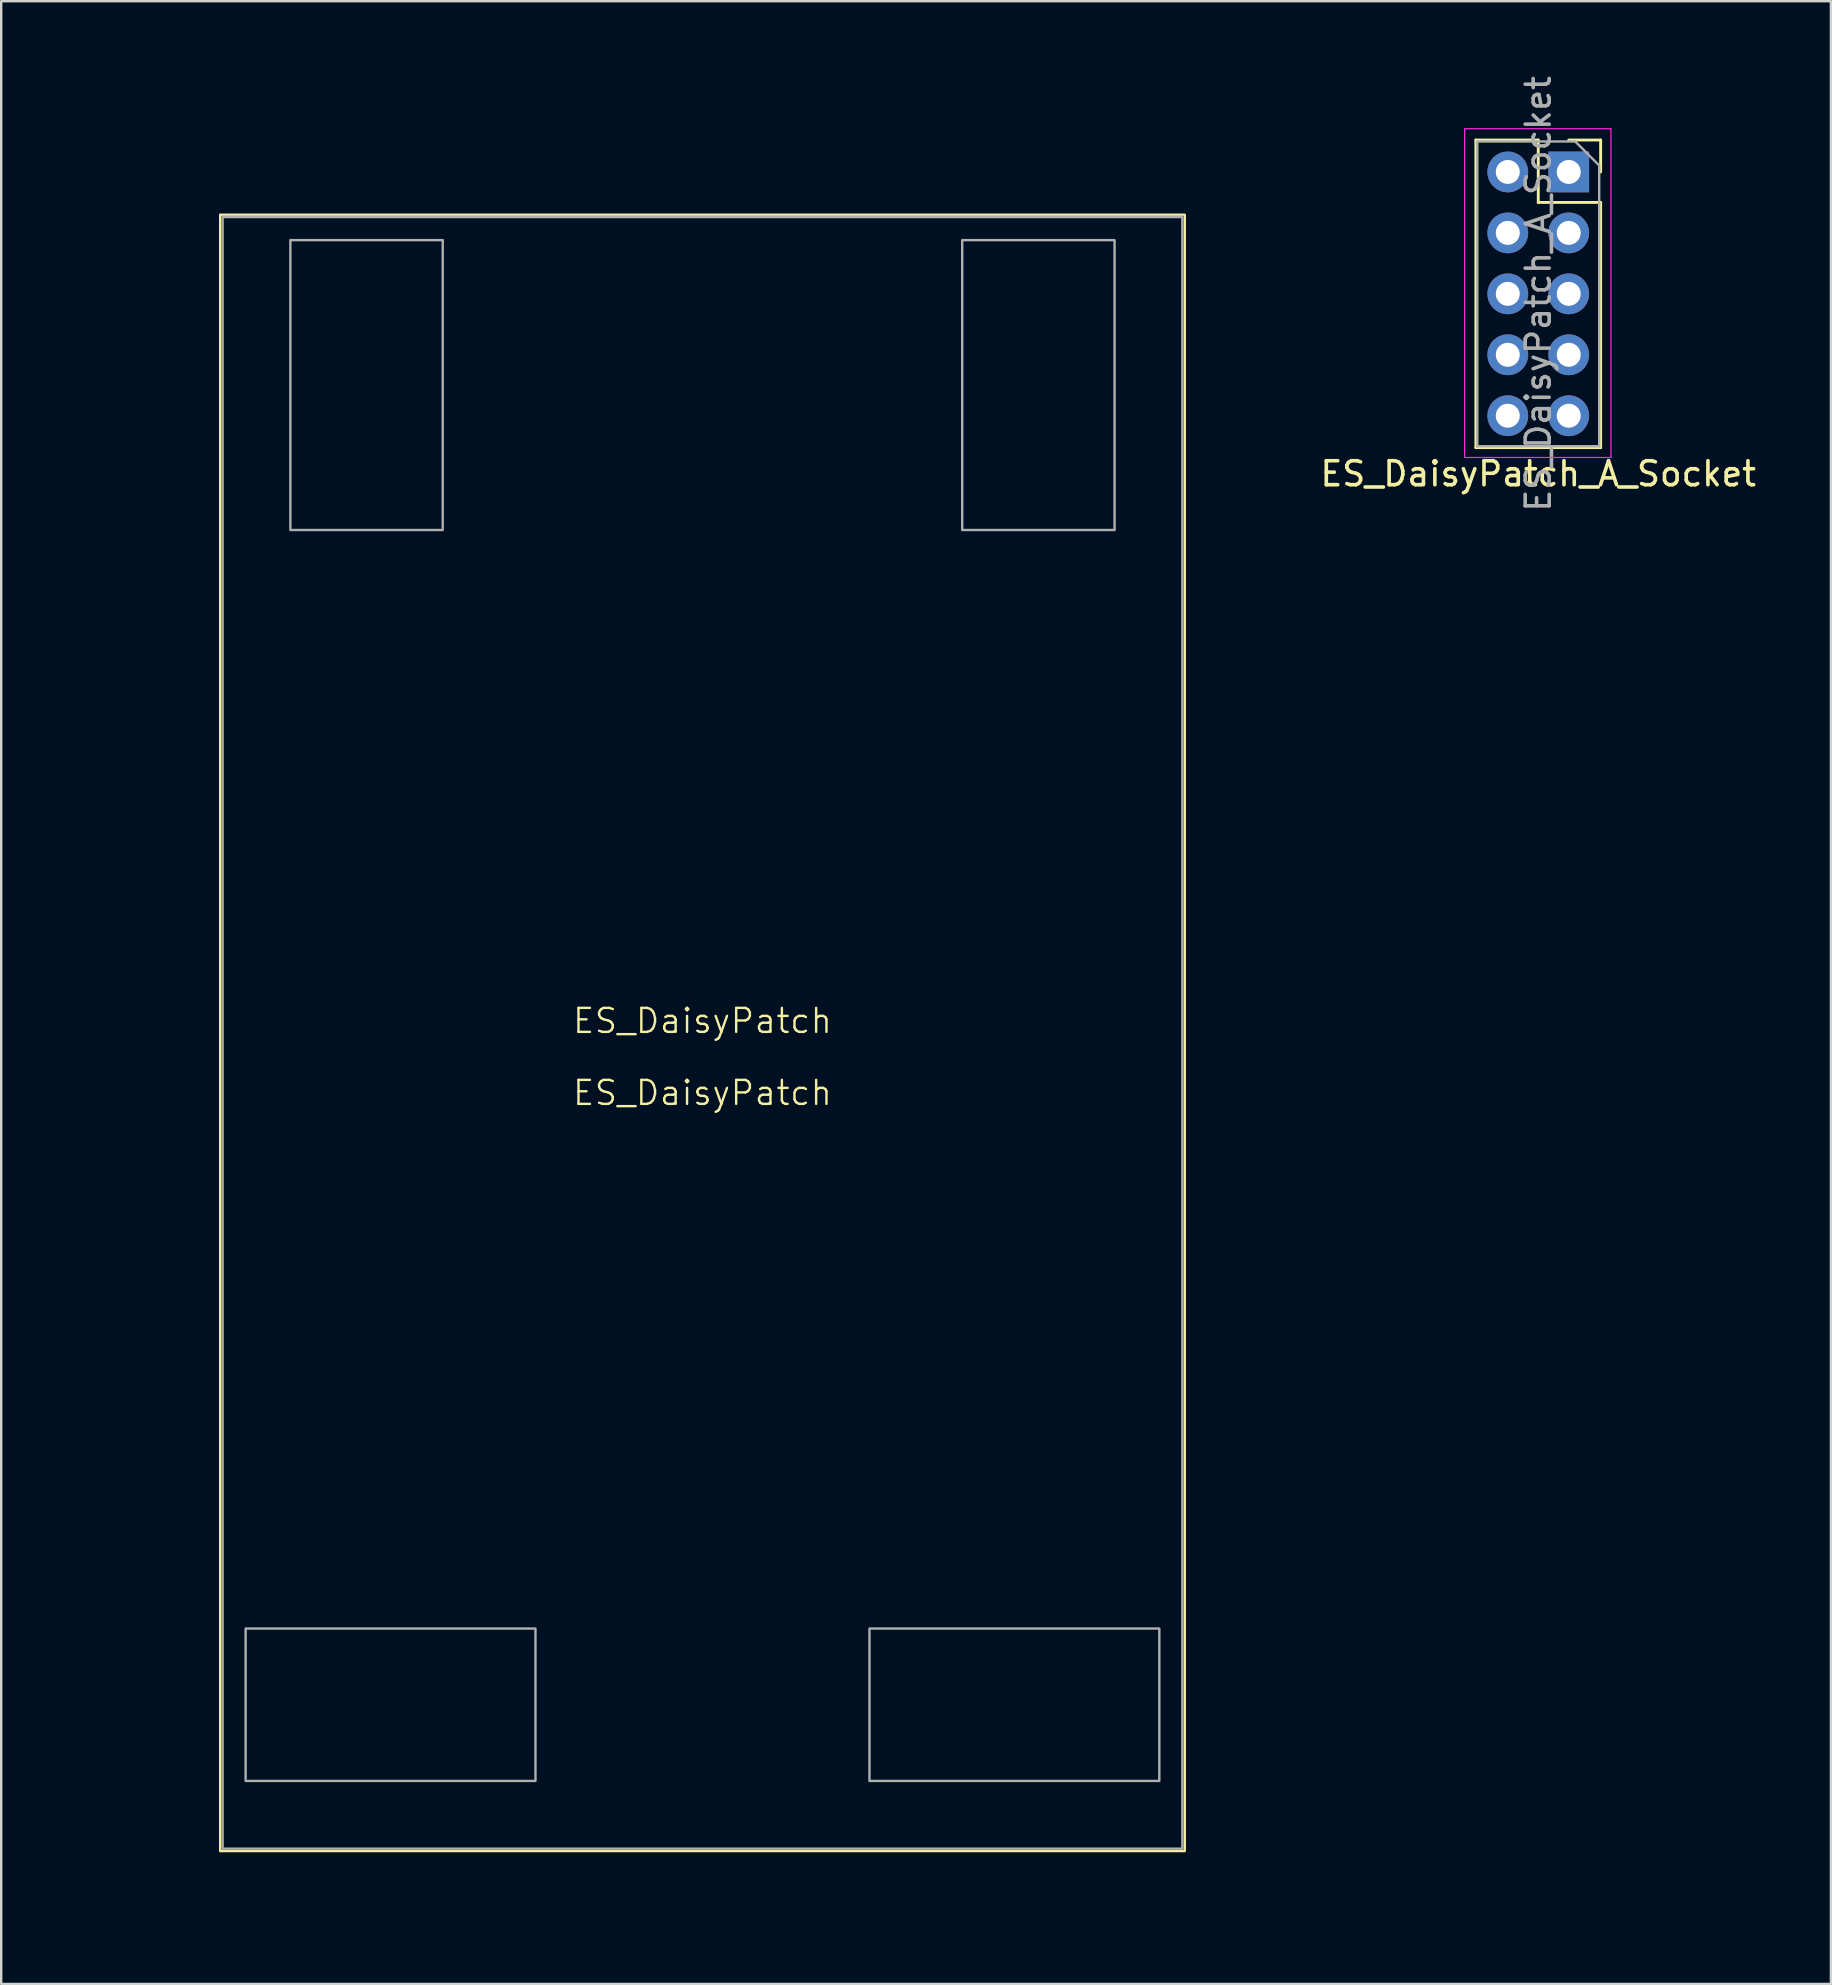
<source format=kicad_pcb>
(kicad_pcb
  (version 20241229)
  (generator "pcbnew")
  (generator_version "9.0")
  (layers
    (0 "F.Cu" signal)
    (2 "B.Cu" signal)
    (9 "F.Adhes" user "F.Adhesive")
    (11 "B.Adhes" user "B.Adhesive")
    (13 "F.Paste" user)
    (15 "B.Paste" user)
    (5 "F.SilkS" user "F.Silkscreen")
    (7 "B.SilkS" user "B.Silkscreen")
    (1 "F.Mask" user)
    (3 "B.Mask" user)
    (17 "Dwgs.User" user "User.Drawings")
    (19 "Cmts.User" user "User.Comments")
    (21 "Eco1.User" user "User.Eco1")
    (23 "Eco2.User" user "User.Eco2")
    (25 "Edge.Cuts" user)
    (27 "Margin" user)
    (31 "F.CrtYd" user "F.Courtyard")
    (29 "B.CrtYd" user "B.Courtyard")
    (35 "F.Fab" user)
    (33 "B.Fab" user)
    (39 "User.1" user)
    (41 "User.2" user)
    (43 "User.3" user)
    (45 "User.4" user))
  (footprint "ES_DaisyPatch_A_Socket"
    (layer "F.Cu")
    (at 61.11 9.146)
    (property "Reference" "ES_DaisyPatch_A_Socket" (at -0.05 7.55 0) (layer "F.SilkS") (effects (font (size 1 1) (thickness 0.15))))
    (attr through_hole)
    (fp_line (start -2.65 -6.36) (end -2.65 6.46) (stroke (width 0.12) (type solid)) (layer "F.SilkS"))
    (fp_line (start -2.65 -6.36) (end -0.05 -6.36) (stroke (width 0.12) (type solid)) (layer "F.SilkS"))
    (fp_line (start -2.65 6.46) (end 2.55 6.46) (stroke (width 0.12) (type solid)) (layer "F.SilkS"))
    (fp_line (start -0.05 -6.36) (end -0.05 -3.76) (stroke (width 0.12) (type solid)) (layer "F.SilkS"))
    (fp_line (start -0.05 -3.76) (end 2.55 -3.76) (stroke (width 0.12) (type solid)) (layer "F.SilkS"))
    (fp_line (start 1.22 -6.36) (end 2.55 -6.36) (stroke (width 0.12) (type solid)) (layer "F.SilkS"))
    (fp_line (start 2.55 -6.36) (end 2.55 -5.03) (stroke (width 0.12) (type solid)) (layer "F.SilkS"))
    (fp_line (start 2.55 -3.76) (end 2.55 6.46) (stroke (width 0.12) (type solid)) (layer "F.SilkS"))
    (fp_line (start -3.12 -6.83) (end 2.98 -6.83) (stroke (width 0.05) (type solid)) (layer "F.CrtYd"))
    (fp_line (start -3.12 6.87) (end -3.12 -6.83) (stroke (width 0.05) (type solid)) (layer "F.CrtYd"))
    (fp_line (start 2.98 -6.83) (end 2.98 6.87) (stroke (width 0.05) (type solid)) (layer "F.CrtYd"))
    (fp_line (start 2.98 6.87) (end -3.12 6.87) (stroke (width 0.05) (type solid)) (layer "F.CrtYd"))
    (fp_line (start -2.59 -6.3) (end 1.49 -6.3) (stroke (width 0.1) (type solid)) (layer "F.Fab"))
    (fp_line (start -2.59 6.4) (end -2.59 -6.3) (stroke (width 0.1) (type solid)) (layer "F.Fab"))
    (fp_line (start 1.49 -6.3) (end 2.49 -5.3) (stroke (width 0.1) (type solid)) (layer "F.Fab"))
    (fp_line (start 2.49 -5.3) (end 2.49 6.4) (stroke (width 0.1) (type solid)) (layer "F.Fab"))
    (fp_line (start 2.49 6.4) (end -2.59 6.4) (stroke (width 0.1) (type solid)) (layer "F.Fab"))
    (fp_text user "${REFERENCE}" (at -0.05 0.05 90) (layer "F.Fab") (effects (font (size 1 1) (thickness 0.15))))
    (pad "A1" thru_hole rect (at 1.22 -5.03) (size 1.7 1.7) (drill 1) (layers "*.Cu" "*.Mask"))
    (pad "A2" thru_hole circle (at 1.22 -2.49) (size 1.7 1.7) (drill 1) (layers "*.Cu" "*.Mask"))
    (pad "A3" thru_hole circle (at 1.22 0.05) (size 1.7 1.7) (drill 1) (layers "*.Cu" "*.Mask"))
    (pad "A4" thru_hole circle (at 1.22 2.59) (size 1.7 1.7) (drill 1) (layers "*.Cu" "*.Mask"))
    (pad "A5" thru_hole circle (at 1.22 5.13) (size 1.7 1.7) (drill 1) (layers "*.Cu" "*.Mask"))
    (pad "A6" thru_hole circle (at -1.32 5.13) (size 1.7 1.7) (drill 1) (layers "*.Cu" "*.Mask"))
    (pad "A7" thru_hole circle (at -1.32 2.59) (size 1.7 1.7) (drill 1) (layers "*.Cu" "*.Mask"))
    (pad "A8" thru_hole circle (at -1.32 0.05) (size 1.7 1.7) (drill 1) (layers "*.Cu" "*.Mask"))
    (pad "A9" thru_hole circle (at -1.32 -2.49) (size 1.7 1.7) (drill 1) (layers "*.Cu" "*.Mask"))
    (pad "A10" thru_hole circle (at -1.32 -5.03) (size 1.7 1.7) (drill 1) (layers "*.Cu" "*.Mask")))
  (footprint "ES_DaisyPatch"
    (layer "F.Cu")
    (at 26.227 39.998)
    (property "Reference" "ES_DaisyPatch" (at 0 -0.5 0) (unlocked yes) (layer "F.SilkS") (effects (font (size 1 1) (thickness 0.1))))
    (attr through_hole)
    (fp_rect (start -20.1 -34.1) (end 20.1 34.1) (stroke (width 0.1) (type default)) (fill no) (layer "F.SilkS"))
    (fp_rect (start -21 -35) (end 21 35) (stroke (width 0.1) (type solid)) (fill no) (layer "Margin"))
    (fp_rect (start -20 -34) (end 20 34) (stroke (width 0.1) (type solid)) (fill no) (layer "F.Fab"))
    (fp_rect (start -19.04 24.825) (end -6.96 31.175) (stroke (width 0.1) (type solid)) (fill no) (layer "F.Fab"))
    (fp_rect (start -17.175 -33.04) (end -10.825 -20.96) (stroke (width 0.1) (type solid)) (fill no) (layer "F.Fab"))
    (fp_rect (start 6.96 24.825) (end 19.04 31.175) (stroke (width 0.1) (type solid)) (fill no) (layer "F.Fab"))
    (fp_rect (start 10.825 -33.04) (end 17.175 -20.96) (stroke (width 0.1) (type solid)) (fill no) (layer "F.Fab"))
    (fp_circle (center -14 -27) (end -13.75 -27) (stroke (width 0.1) (type solid)) (fill no) (layer "User.2"))
    (fp_circle (center -13 28) (end -13.25 28) (stroke (width 0.1) (type solid)) (fill no) (layer "User.2"))
    (fp_circle (center 13 28) (end 12.75 28) (stroke (width 0.1) (type solid)) (fill no) (layer "User.2"))
    (fp_circle (center 14 -27) (end 13.75 -27) (stroke (width 0.1) (type solid)) (fill no) (layer "User.2"))
    (fp_text user "${REFERENCE}" (at 0 2.5 0) (unlocked yes) (layer "F.SilkS") (effects (font (size 1 1) (thickness 0.1))))
    (dimension (type orthogonal) (layer "User.2") (pts (xy 6.227 73.998) (xy 13.227 73.998)) (height 2) (orientation 0) (format (prefix "") (suffix "") (units 3) (units_format 0) (precision 4) (suppress_zeroes yes)) (style (thickness 0.1) (arrow_length 1.27) (text_position_mode 0) (arrow_direction outward) (extension_height 0.586) (extension_offset 0.5) (keep_text_aligned yes)) (gr_text "7" (at 9.727 74.848 0) (layer "User.2") (effects (font (size 1 1) (thickness 0.15)))))
    (dimension (type orthogonal) (layer "User.2") (pts (xy 6.227 5.998) (xy 46.227 5.998)) (height -2) (orientation 0) (format (prefix "") (suffix "") (units 3) (units_format 0) (precision 4) (suppress_zeroes yes)) (style (thickness 0.1) (arrow_length 1.27) (text_position_mode 0) (arrow_direction outward) (extension_height 0.586) (extension_offset 0.5) (keep_text_aligned yes)) (gr_text "40" (at 26.227 2.848 0) (layer "User.2") (effects (font (size 1 1) (thickness 0.15)))))
    (dimension (type orthogonal) (layer "User.2") (pts (xy 6.227 5.998) (xy 12.227 5.998)) (height -4) (orientation 0) (format (prefix "") (suffix "") (units 3) (units_format 0) (precision 4) (suppress_zeroes yes)) (style (thickness 0.1) (arrow_length 1.27) (text_position_mode 0) (arrow_direction outward) (extension_height 0.586) (extension_offset 0.5) (keep_text_aligned yes)) (gr_text "6" (at 9.227 0.848 0) (layer "User.2") (effects (font (size 1 1) (thickness 0.15)))))
    (dimension (type orthogonal) (layer "User.2") (pts (xy 46.227 5.998) (xy 40.227 5.998)) (height -4) (orientation 0) (format (prefix "") (suffix "") (units 3) (units_format 0) (precision 4) (suppress_zeroes yes)) (style (thickness 0.1) (arrow_length 1.27) (text_position_mode 0) (arrow_direction outward) (extension_height 0.586) (extension_offset 0.5) (keep_text_aligned yes)) (gr_text "6" (at 43.227 0.848 0) (layer "User.2") (effects (font (size 1 1) (thickness 0.15)))))
    (dimension (type orthogonal) (layer "User.2") (pts (xy 46.227 5.998) (xy 46.227 12.998)) (height 2) (orientation 1) (format (prefix "") (suffix "") (units 3) (units_format 0) (precision 4) (suppress_zeroes yes)) (style (thickness 0.1) (arrow_length 1.27) (text_position_mode 0) (arrow_direction outward) (extension_height 0.586) (extension_offset 0.5) (keep_text_aligned yes)) (gr_text "7" (at 47.077 9.498 90) (layer "User.2") (effects (font (size 1 1) (thickness 0.15)))))
    (dimension (type orthogonal) (layer "User.2") (pts (xy 46.227 73.998) (xy 39.227 73.998)) (height 2) (orientation 0) (format (prefix "") (suffix "") (units 3) (units_format 0) (precision 4) (suppress_zeroes yes)) (style (thickness 0.1) (arrow_length 1.27) (text_position_mode 0) (arrow_direction outward) (extension_height 0.586) (extension_offset 0.5) (keep_text_aligned yes)) (gr_text "7" (at 42.727 74.848 0) (layer "User.2") (effects (font (size 1 1) (thickness 0.15)))))
    (dimension (type orthogonal) (layer "User.2") (pts (xy 6.227 73.998) (xy 6.227 5.998)) (height -2) (orientation 1) (format (prefix "") (suffix "") (units 3) (units_format 0) (precision 4) (suppress_zeroes yes)) (style (thickness 0.1) (arrow_length 1.27) (text_position_mode 0) (arrow_direction outward) (extension_height 0.586) (extension_offset 0.5) (keep_text_aligned yes)) (gr_text "68" (at 3.077 39.998 90) (layer "User.2") (effects (font (size 1 1) (thickness 0.15)))))
    (dimension (type orthogonal) (layer "User.2") (pts (xy 6.227 5.998) (xy 6.227 12.998)) (height -4) (orientation 1) (format (prefix "") (suffix "") (units 3) (units_format 0) (precision 4) (suppress_zeroes yes)) (style (thickness 0.1) (arrow_length 1.27) (text_position_mode 0) (arrow_direction outward) (extension_height 0.586) (extension_offset 0.5) (keep_text_aligned yes)) (gr_text "7" (at 1.077 9.498 90) (layer "User.2") (effects (font (size 1 1) (thickness 0.15)))))
    (dimension (type orthogonal) (layer "User.2") (pts (xy 46.227 12.998) (xy 46.227 67.998)) (height 2) (orientation 1) (format (prefix "") (suffix "") (units 3) (units_format 0) (precision 4) (suppress_zeroes yes)) (style (thickness 0.1) (arrow_length 1.27) (text_position_mode 0) (arrow_direction outward) (extension_height 0.586) (extension_offset 0.5) (keep_text_aligned yes)) (gr_text "55" (at 47.077 40.498 90) (layer "User.2") (effects (font (size 1 1) (thickness 0.15)))))
    (dimension (type orthogonal) (layer "User.2") (pts (xy 6.227 12.998) (xy 6.227 67.998)) (height -4) (orientation 1) (format (prefix "") (suffix "") (units 3) (units_format 0) (precision 4) (suppress_zeroes yes)) (style (thickness 0.1) (arrow_length 1.27) (text_position_mode 0) (arrow_direction outward) (extension_height 0.586) (extension_offset 0.5) (keep_text_aligned yes)) (gr_text "55" (at 1.077 40.498 90) (layer "User.2") (effects (font (size 1 1) (thickness 0.15))))))
  (gr_rect
    (start -3 -3)
    (end 73.257 79.635)
    (stroke (width 0.1) (type default))
    (fill no)
    (layer "Edge.Cuts")))
</source>
